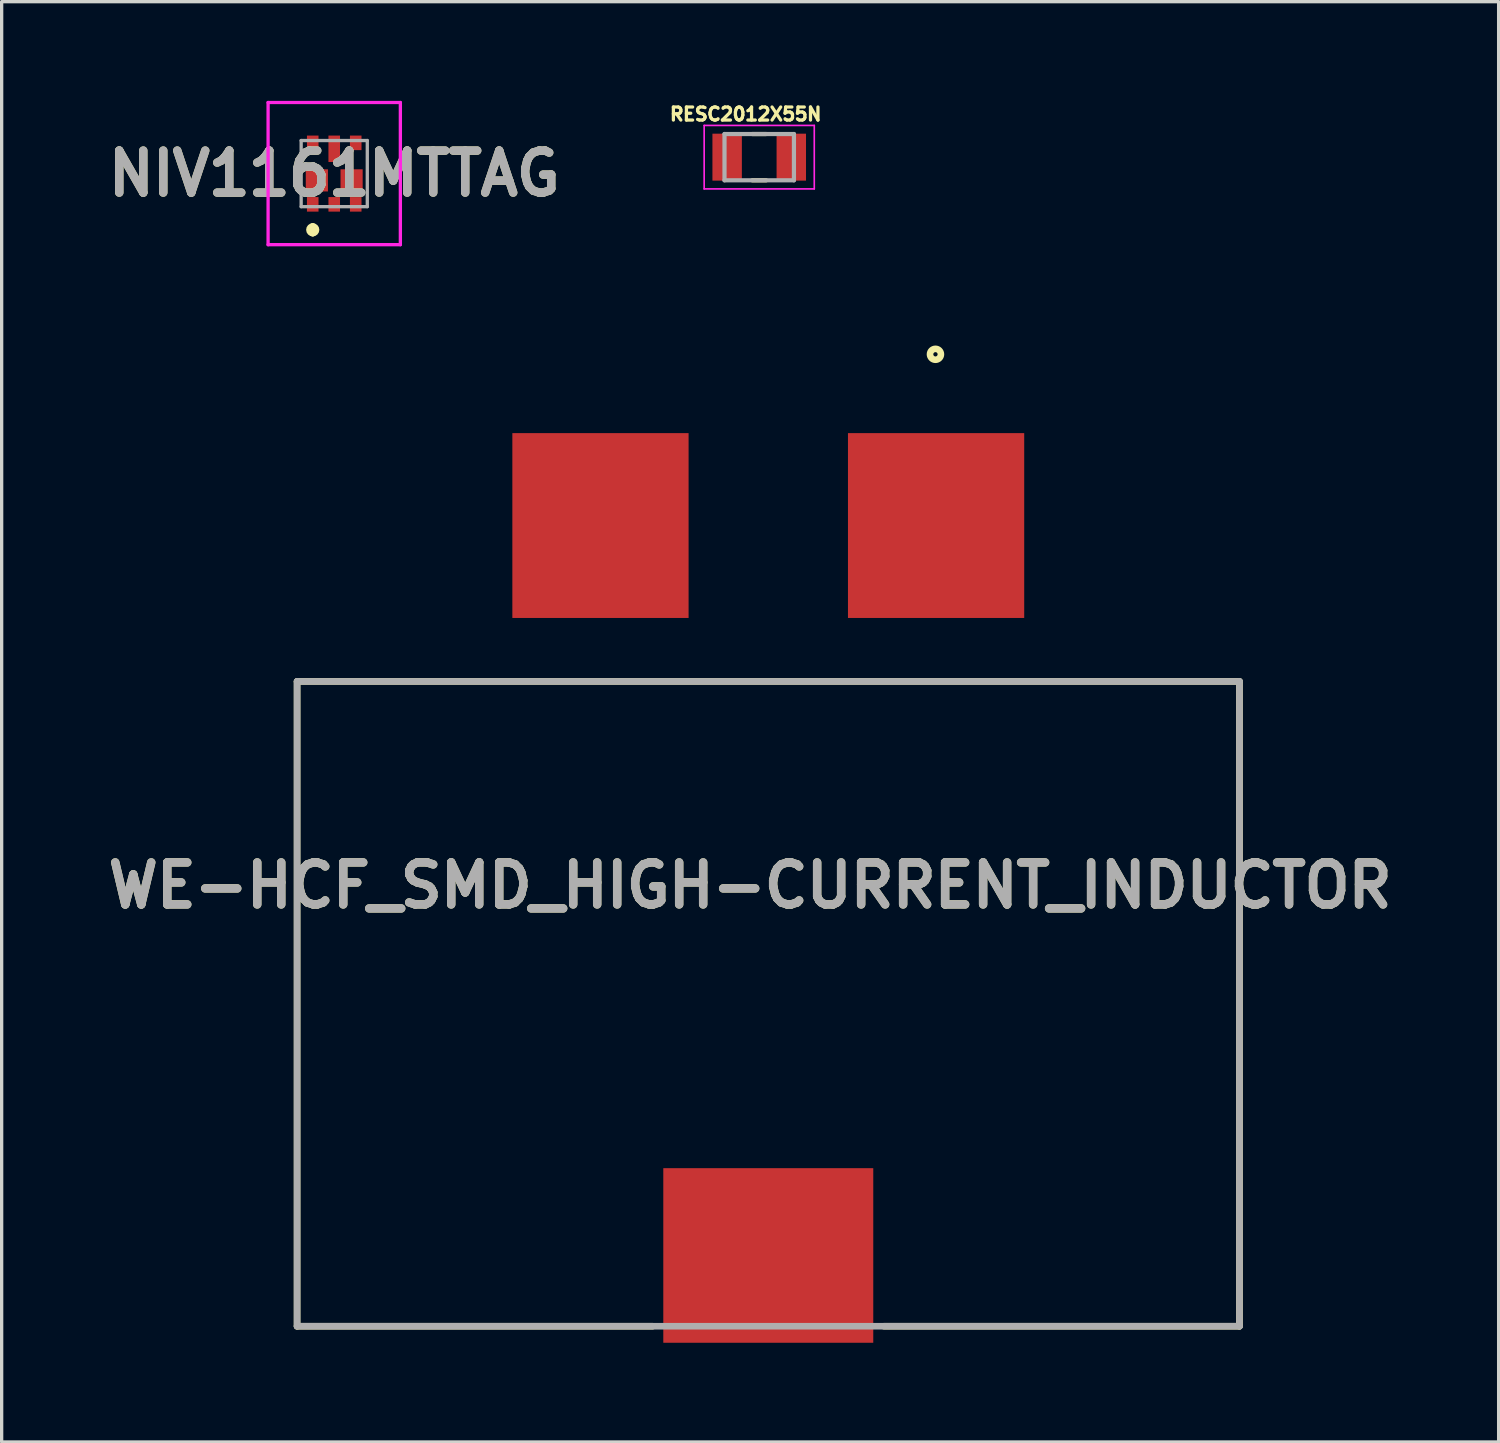
<source format=kicad_pcb>
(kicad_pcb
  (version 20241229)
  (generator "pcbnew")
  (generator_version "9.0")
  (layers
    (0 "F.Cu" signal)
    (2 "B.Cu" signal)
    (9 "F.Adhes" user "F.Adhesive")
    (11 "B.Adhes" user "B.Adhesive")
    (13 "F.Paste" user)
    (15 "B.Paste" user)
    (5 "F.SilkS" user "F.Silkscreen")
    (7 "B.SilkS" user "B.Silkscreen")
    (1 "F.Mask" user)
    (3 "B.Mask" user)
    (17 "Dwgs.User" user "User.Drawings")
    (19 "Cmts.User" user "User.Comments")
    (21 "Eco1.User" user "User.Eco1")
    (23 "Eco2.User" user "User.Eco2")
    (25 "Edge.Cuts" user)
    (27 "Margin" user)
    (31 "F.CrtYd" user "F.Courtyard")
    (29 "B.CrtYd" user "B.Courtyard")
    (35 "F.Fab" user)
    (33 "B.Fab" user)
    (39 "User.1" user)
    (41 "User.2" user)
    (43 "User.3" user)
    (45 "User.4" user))
  (footprint "NIV1161MTTAG"
    (layer "F.Cu")
    (at 7.058 2.2)
    (property "Reference" "NIV1161MTTAG" (at 0 0 0) (layer "F.SilkS") (effects (font (size 1.27 1.27) (thickness 0.254))))
    (attr smd)
    (fp_line (start -0.65 1.6) (end -0.65 1.6) (stroke (width 0.2) (type solid)) (layer "F.SilkS"))
    (fp_line (start -0.65 1.8) (end -0.65 1.8) (stroke (width 0.2) (type solid)) (layer "F.SilkS"))
    (fp_arc (start -0.65 1.6) (mid -0.55 1.7) (end -0.65 1.8) (stroke (width 0.2) (type solid)) (layer "F.SilkS"))
    (fp_arc (start -0.65 1.8) (mid -0.75 1.7) (end -0.65 1.6) (stroke (width 0.2) (type solid)) (layer "F.SilkS"))
    (fp_line (start -2 -2.15) (end 2 -2.15) (stroke (width 0.1) (type solid)) (layer "F.CrtYd"))
    (fp_line (start -2 2.15) (end -2 -2.15) (stroke (width 0.1) (type solid)) (layer "F.CrtYd"))
    (fp_line (start 2 -2.15) (end 2 2.15) (stroke (width 0.1) (type solid)) (layer "F.CrtYd"))
    (fp_line (start 2 2.15) (end -2 2.15) (stroke (width 0.1) (type solid)) (layer "F.CrtYd"))
    (fp_line (start -1 -1) (end 1 -1) (stroke (width 0.1) (type solid)) (layer "F.Fab"))
    (fp_line (start -1 1) (end -1 -1) (stroke (width 0.1) (type solid)) (layer "F.Fab"))
    (fp_line (start 1 -1) (end 1 1) (stroke (width 0.1) (type solid)) (layer "F.Fab"))
    (fp_line (start 1 1) (end -1 1) (stroke (width 0.1) (type solid)) (layer "F.Fab"))
    (fp_text user "${REFERENCE}" (at 0 0 0) (layer "F.Fab") (effects (font (size 1.27 1.27) (thickness 0.254))))
    (pad "1" smd rect (at -0.65 0.93) (size 0.35 0.44) (layers "F.Cu" "F.Mask" "F.Paste"))
    (pad "2" smd rect (at 0 0.93) (size 0.35 0.44) (layers "F.Cu" "F.Mask" "F.Paste"))
    (pad "3" smd rect (at 0.65 0.93) (size 0.35 0.44) (layers "F.Cu" "F.Mask" "F.Paste"))
    (pad "4" smd rect (at 0.65 -0.93) (size 0.35 0.44) (layers "F.Cu" "F.Mask" "F.Paste"))
    (pad "5" smd rect (at 0 -0.75) (size 0.35 0.8) (layers "F.Cu" "F.Mask" "F.Paste"))
    (pad "6" smd rect (at -0.65 -0.93) (size 0.35 0.44) (layers "F.Cu" "F.Mask" "F.Paste"))
    (pad "7" smd rect (at -0.525 0.205) (size 0.67 0.67) (layers "F.Cu" "F.Mask" "F.Paste"))
    (pad "8" smd rect (at 0.525 0.205) (size 0.67 0.67) (layers "F.Cu" "F.Mask" "F.Paste")))
  (footprint "RESC2012X55N"
    (layer "F.Cu")
    (at 19.911 1.703)
    (property "Reference" "RESC2012X55N" (at -0.41 -1.3 0) (layer "F.SilkS") (effects (font (size 0.394 0.394) (thickness 0.15))))
    (attr through_hole)
    (fp_line (start -0.21 -0.7) (end 0.21 -0.7) (stroke (width 0.127) (type solid)) (layer "F.SilkS"))
    (fp_line (start -0.21 0.7) (end 0.21 0.7) (stroke (width 0.127) (type solid)) (layer "F.SilkS"))
    (fp_line (start -1.665 -0.96) (end 1.665 -0.96) (stroke (width 0.05) (type solid)) (layer "F.CrtYd"))
    (fp_line (start -1.665 0.96) (end -1.665 -0.96) (stroke (width 0.05) (type solid)) (layer "F.CrtYd"))
    (fp_line (start -1.665 0.96) (end 1.665 0.96) (stroke (width 0.05) (type solid)) (layer "F.CrtYd"))
    (fp_line (start 1.665 0.96) (end 1.665 -0.96) (stroke (width 0.05) (type solid)) (layer "F.CrtYd"))
    (fp_line (start -1.05 0.7) (end -1.05 -0.7) (stroke (width 0.127) (type solid)) (layer "F.Fab"))
    (fp_line (start 1.05 -0.7) (end -1.05 -0.7) (stroke (width 0.127) (type solid)) (layer "F.Fab"))
    (fp_line (start 1.05 0.7) (end -1.05 0.7) (stroke (width 0.127) (type solid)) (layer "F.Fab"))
    (fp_line (start 1.05 0.7) (end 1.05 -0.7) (stroke (width 0.127) (type solid)) (layer "F.Fab"))
    (pad "1" smd rect (at -0.97 0) (size 0.89 1.42) (layers "F.Cu" "F.Mask" "F.Paste"))
    (pad "2" smd rect (at 0.97 0) (size 0.89 1.42) (layers "F.Cu" "F.Mask" "F.Paste")))
  (footprint "WE-HCF_SMD_HIGH-CURRENT_INDUCTOR"
    (layer "F.Cu")
    (at 20.185 27.309)
    (property "Reference" "WE-HCF_SMD_HIGH-CURRENT_INDUCTOR" (at -0.548 -3.581 0) (layer "F.SilkS") (effects (font (size 1.27 1.27) (thickness 0.254))))
    (attr smd)
    (fp_line (start -14.25 -9.75) (end 14.25 -9.75) (stroke (width 0.2) (type solid)) (layer "F.SilkS"))
    (fp_line (start -14.25 9.75) (end -14.25 -9.75) (stroke (width 0.2) (type solid)) (layer "F.SilkS"))
    (fp_line (start -14.25 9.75) (end -3.5 9.75) (stroke (width 0.2) (type solid)) (layer "F.SilkS"))
    (fp_line (start 14.25 -9.75) (end 14.25 9.75) (stroke (width 0.2) (type solid)) (layer "F.SilkS"))
    (fp_line (start 14.25 9.75) (end 3.5 9.75) (stroke (width 0.2) (type solid)) (layer "F.SilkS"))
    (fp_circle (center 5.056 -19.644) (end 5.056 -19.479) (stroke (width 0.2) (type solid)) (fill no) (layer "F.SilkS"))
    (fp_line (start -14.25 -9.75) (end 14.25 -9.75) (stroke (width 0.2) (type solid)) (layer "F.Fab"))
    (fp_line (start -14.25 9.75) (end -14.25 -9.75) (stroke (width 0.2) (type solid)) (layer "F.Fab"))
    (fp_line (start 14.25 -9.75) (end 14.25 9.75) (stroke (width 0.2) (type solid)) (layer "F.Fab"))
    (fp_line (start 14.25 9.75) (end -14.25 9.75) (stroke (width 0.2) (type solid)) (layer "F.Fab"))
    (fp_text user "${REFERENCE}" (at -0.548 -3.581 0) (layer "F.Fab") (effects (font (size 1.27 1.27) (thickness 0.254))))
    (pad "1" smd rect (at 5.075 -14.465) (size 5.33 5.59) (layers "F.Cu" "F.Mask" "F.Paste"))
    (pad "2" smd rect (at -5.075 -14.465) (size 5.33 5.59) (layers "F.Cu" "F.Mask" "F.Paste"))
    (pad "3" smd rect (at 0 7.61 90) (size 5.28 6.35) (layers "F.Cu" "F.Mask" "F.Paste")))
  (gr_rect
    (start -3 -3)
    (end 42.273 40.559)
    (stroke (width 0.1) (type default))
    (fill no)
    (layer "Edge.Cuts")))
</source>
